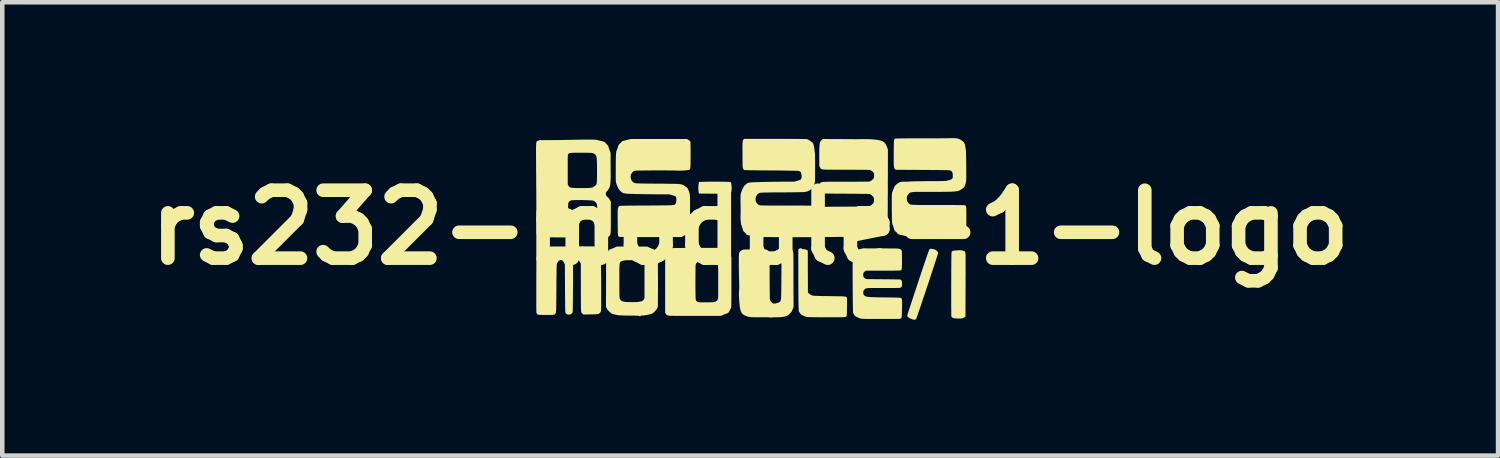
<source format=kicad_pcb>
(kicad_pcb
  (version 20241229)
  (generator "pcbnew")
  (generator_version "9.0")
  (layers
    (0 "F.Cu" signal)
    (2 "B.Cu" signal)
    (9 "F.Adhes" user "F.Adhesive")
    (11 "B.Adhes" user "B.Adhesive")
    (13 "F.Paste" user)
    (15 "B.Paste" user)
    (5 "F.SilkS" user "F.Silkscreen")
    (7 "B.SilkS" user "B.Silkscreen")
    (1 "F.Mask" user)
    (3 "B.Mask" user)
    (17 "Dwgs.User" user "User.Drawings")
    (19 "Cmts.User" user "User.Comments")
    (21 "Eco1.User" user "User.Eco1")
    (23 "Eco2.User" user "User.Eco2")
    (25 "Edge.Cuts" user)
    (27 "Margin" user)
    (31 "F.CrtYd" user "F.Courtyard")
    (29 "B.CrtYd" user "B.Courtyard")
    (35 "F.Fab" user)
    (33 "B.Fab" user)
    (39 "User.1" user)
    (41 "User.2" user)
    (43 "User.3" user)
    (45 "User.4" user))
  (footprint "rs232-module-1-logo"
    (layer "F.Cu")
    (at 13.514 1.972)
    (property "Reference" "rs232-module-1-logo" (at 0 0 0) (layer "F.SilkS") (effects (font (size 1.5 1.5) (thickness 0.3))))
    (attr board_only exclude_from_pos_files exclude_from_bom)
    (fp_poly (pts (xy -0.746 -1.01) (xy -0.691 -1.01) (xy -0.639 -1.009) (xy -0.59 -1.009) (xy -0.545 -1.008) (xy -0.505 -1.007) (xy -0.472 -1.006) (xy -0.447 -1.004) (xy -0.431 -1.003) (xy -0.426 -1.001) (xy -0.422 -0.992) (xy -0.418 -0.973) (xy -0.414 -0.948) (xy -0.411 -0.92) (xy -0.409 -0.891) (xy -0.408 -0.864) (xy -0.408 -0.863) (xy -0.41 -0.832) (xy -0.414 -0.801) (xy -0.421 -0.774) (xy -0.429 -0.756) (xy -0.429 -0.755) (xy -0.437 -0.742) (xy -0.668 -0.744) (xy -0.724 -0.744) (xy -0.781 -0.745) (xy -0.838 -0.745) (xy -0.891 -0.746) (xy -0.94 -0.746) (xy -0.982 -0.747) (xy -1.014 -0.747) (xy -1.129 -0.749) (xy -1.135 -0.764) (xy -1.139 -0.782) (xy -1.142 -0.808) (xy -1.143 -0.838) (xy -1.144 -0.872) (xy -1.143 -0.906) (xy -1.141 -0.938) (xy -1.137 -0.966) (xy -1.133 -0.988) (xy -1.128 -1.001) (xy -1.128 -1.001) (xy -1.121 -1.003) (xy -1.104 -1.005) (xy -1.077 -1.006) (xy -1.044 -1.007) (xy -1.003 -1.008) (xy -0.958 -1.009) (xy -0.908 -1.01) (xy -0.855 -1.01) (xy -0.801 -1.01)) (stroke (width 0) (type solid)) (fill yes) (layer "F.SilkS"))
    (fp_poly (pts (xy 4.012 0.473) (xy 4.052 0.479) (xy 4.083 0.49) (xy 4.109 0.505) (xy 4.126 0.521) (xy 4.142 0.541) (xy 4.149 0.558) (xy 4.15 0.565) (xy 4.148 0.572) (xy 4.143 0.59) (xy 4.135 0.617) (xy 4.124 0.652) (xy 4.11 0.695) (xy 4.094 0.745) (xy 4.076 0.8) (xy 4.056 0.862) (xy 4.034 0.927) (xy 4.012 0.997) (xy 3.988 1.069) (xy 3.963 1.144) (xy 3.938 1.221) (xy 3.912 1.298) (xy 3.886 1.375) (xy 3.861 1.451) (xy 3.836 1.526) (xy 3.811 1.598) (xy 3.788 1.667) (xy 3.766 1.733) (xy 3.745 1.794) (xy 3.726 1.849) (xy 3.709 1.898) (xy 3.695 1.941) (xy 3.682 1.975) (xy 3.673 2.002) (xy 3.667 2.019) (xy 3.663 2.026) (xy 3.663 2.026) (xy 3.645 2.036) (xy 3.62 2.038) (xy 3.588 2.031) (xy 3.578 2.028) (xy 3.536 2.011) (xy 3.506 1.995) (xy 3.485 1.979) (xy 3.473 1.962) (xy 3.47 1.945) (xy 3.472 1.938) (xy 3.477 1.92) (xy 3.485 1.894) (xy 3.496 1.858) (xy 3.51 1.814) (xy 3.527 1.763) (xy 3.546 1.705) (xy 3.567 1.64) (xy 3.59 1.57) (xy 3.615 1.495) (xy 3.641 1.416) (xy 3.668 1.333) (xy 3.697 1.246) (xy 3.708 1.213) (xy 3.743 1.108) (xy 3.774 1.014) (xy 3.803 0.929) (xy 3.828 0.854) (xy 3.85 0.788) (xy 3.87 0.729) (xy 3.887 0.679) (xy 3.902 0.635) (xy 3.915 0.598) (xy 3.926 0.568) (xy 3.935 0.542) (xy 3.943 0.523) (xy 3.949 0.507) (xy 3.954 0.496) (xy 3.957 0.488) (xy 3.96 0.484) (xy 3.962 0.483) (xy 3.971 0.475) (xy 3.981 0.472) (xy 3.995 0.471)) (stroke (width 0) (type solid)) (fill yes) (layer "F.SilkS"))
    (fp_poly (pts (xy 4.662 0.504) (xy 4.677 0.505) (xy 4.682 0.507) (xy 4.692 0.512) (xy 4.708 0.518) (xy 4.716 0.521) (xy 4.722 0.523) (xy 4.728 0.525) (xy 4.733 0.526) (xy 4.738 0.528) (xy 4.742 0.532) (xy 4.745 0.537) (xy 4.748 0.545) (xy 4.751 0.556) (xy 4.753 0.57) (xy 4.755 0.589) (xy 4.756 0.612) (xy 4.757 0.641) (xy 4.758 0.676) (xy 4.758 0.717) (xy 4.758 0.765) (xy 4.758 0.822) (xy 4.758 0.886) (xy 4.758 0.959) (xy 4.758 1.042) (xy 4.757 1.135) (xy 4.757 1.238) (xy 4.757 1.266) (xy 4.754 1.968) (xy 4.738 1.982) (xy 4.724 1.991) (xy 4.71 1.996) (xy 4.709 1.996) (xy 4.696 1.999) (xy 4.689 2.004) (xy 4.683 2.008) (xy 4.673 2.01) (xy 4.656 2.012) (xy 4.63 2.012) (xy 4.616 2.012) (xy 4.586 2.011) (xy 4.556 2.01) (xy 4.531 2.008) (xy 4.517 2.007) (xy 4.484 1.999) (xy 4.46 1.988) (xy 4.445 1.974) (xy 4.445 1.973) (xy 4.444 1.967) (xy 4.443 1.953) (xy 4.442 1.931) (xy 4.442 1.9) (xy 4.441 1.861) (xy 4.441 1.812) (xy 4.44 1.754) (xy 4.44 1.686) (xy 4.44 1.609) (xy 4.44 1.52) (xy 4.44 1.422) (xy 4.44 1.312) (xy 4.44 1.253) (xy 4.441 1.149) (xy 4.441 1.056) (xy 4.441 0.972) (xy 4.441 0.898) (xy 4.442 0.834) (xy 4.442 0.777) (xy 4.442 0.728) (xy 4.443 0.687) (xy 4.443 0.652) (xy 4.444 0.623) (xy 4.444 0.599) (xy 4.445 0.581) (xy 4.446 0.566) (xy 4.447 0.555) (xy 4.448 0.547) (xy 4.449 0.541) (xy 4.45 0.538) (xy 4.452 0.535) (xy 4.453 0.534) (xy 4.465 0.524) (xy 4.483 0.516) (xy 4.487 0.515) (xy 4.503 0.512) (xy 4.525 0.51) (xy 4.553 0.507) (xy 4.582 0.505) (xy 4.612 0.504) (xy 4.639 0.504)) (stroke (width 0) (type solid)) (fill yes) (layer "F.SilkS"))
    (fp_poly (pts (xy 1.135 0.463) (xy 1.14 0.469) (xy 1.148 0.477) (xy 1.155 0.478) (xy 1.168 0.477) (xy 1.187 0.479) (xy 1.21 0.484) (xy 1.232 0.49) (xy 1.25 0.497) (xy 1.258 0.502) (xy 1.273 0.515) (xy 1.274 0.976) (xy 1.276 1.437) (xy 1.303 1.462) (xy 1.325 1.48) (xy 1.346 1.493) (xy 1.37 1.502) (xy 1.398 1.507) (xy 1.41 1.509) (xy 1.433 1.51) (xy 1.464 1.511) (xy 1.503 1.512) (xy 1.548 1.514) (xy 1.598 1.515) (xy 1.653 1.516) (xy 1.709 1.516) (xy 1.712 1.516) (xy 1.77 1.517) (xy 1.826 1.518) (xy 1.88 1.519) (xy 1.929 1.52) (xy 1.972 1.52) (xy 2.008 1.521) (xy 2.036 1.522) (xy 2.053 1.523) (xy 2.081 1.525) (xy 2.099 1.527) (xy 2.112 1.53) (xy 2.12 1.534) (xy 2.127 1.54) (xy 2.127 1.54) (xy 2.14 1.555) (xy 2.139 1.743) (xy 2.138 1.798) (xy 2.137 1.846) (xy 2.136 1.886) (xy 2.135 1.917) (xy 2.133 1.939) (xy 2.131 1.949) (xy 2.129 1.956) (xy 2.127 1.962) (xy 2.123 1.966) (xy 2.118 1.97) (xy 2.111 1.974) (xy 2.1 1.977) (xy 2.085 1.979) (xy 2.066 1.981) (xy 2.04 1.982) (xy 2.009 1.983) (xy 1.97 1.983) (xy 1.924 1.984) (xy 1.869 1.984) (xy 1.804 1.984) (xy 1.729 1.984) (xy 1.685 1.984) (xy 1.618 1.984) (xy 1.554 1.983) (xy 1.493 1.983) (xy 1.437 1.982) (xy 1.387 1.982) (xy 1.343 1.981) (xy 1.308 1.98) (xy 1.28 1.98) (xy 1.263 1.979) (xy 1.257 1.978) (xy 1.235 1.973) (xy 1.214 1.966) (xy 1.209 1.963) (xy 1.191 1.955) (xy 1.168 1.946) (xy 1.158 1.942) (xy 1.143 1.937) (xy 1.131 1.929) (xy 1.121 1.919) (xy 1.108 1.902) (xy 1.101 1.892) (xy 1.074 1.851) (xy 1.07 1.769) (xy 1.069 1.752) (xy 1.068 1.724) (xy 1.068 1.687) (xy 1.067 1.641) (xy 1.066 1.588) (xy 1.066 1.527) (xy 1.065 1.461) (xy 1.065 1.389) (xy 1.065 1.313) (xy 1.064 1.233) (xy 1.064 1.151) (xy 1.064 1.087) (xy 1.063 0.488) (xy 1.075 0.476) (xy 1.088 0.467) (xy 1.106 0.462) (xy 1.11 0.461) (xy 1.126 0.46)) (stroke (width 0) (type solid)) (fill yes) (layer "F.SilkS"))
    (fp_poly (pts (xy -0.601 0.471) (xy -0.578 0.482) (xy -0.555 0.492) (xy -0.538 0.498) (xy -0.536 0.499) (xy -0.514 0.506) (xy -0.497 0.513) (xy -0.484 0.521) (xy -0.473 0.532) (xy -0.463 0.549) (xy -0.451 0.571) (xy -0.437 0.602) (xy -0.431 0.615) (xy -0.414 0.654) (xy -0.414 1.206) (xy -0.414 1.299) (xy -0.414 1.382) (xy -0.414 1.454) (xy -0.414 1.517) (xy -0.415 1.571) (xy -0.415 1.617) (xy -0.415 1.656) (xy -0.416 1.688) (xy -0.416 1.713) (xy -0.417 1.734) (xy -0.418 1.749) (xy -0.419 1.76) (xy -0.42 1.768) (xy -0.422 1.773) (xy -0.422 1.774) (xy -0.428 1.786) (xy -0.437 1.805) (xy -0.448 1.827) (xy -0.45 1.832) (xy -0.463 1.858) (xy -0.475 1.876) (xy -0.491 1.889) (xy -0.512 1.898) (xy -0.53 1.905) (xy -0.553 1.913) (xy -0.58 1.924) (xy -0.604 1.934) (xy -0.644 1.953) (xy -1.208 1.953) (xy -1.288 1.953) (xy -1.364 1.953) (xy -1.437 1.953) (xy -1.506 1.953) (xy -1.569 1.952) (xy -1.626 1.952) (xy -1.677 1.952) (xy -1.719 1.951) (xy -1.753 1.951) (xy -1.778 1.95) (xy -1.793 1.95) (xy -1.796 1.949) (xy -1.826 1.941) (xy -1.848 1.927) (xy -1.863 1.907) (xy -1.865 1.903) (xy -1.877 1.878) (xy -1.877 1.203) (xy -1.877 1.18) (xy -1.208 1.18) (xy -1.208 1.209) (xy -1.208 1.286) (xy -1.208 1.352) (xy -1.207 1.408) (xy -1.207 1.456) (xy -1.206 1.495) (xy -1.206 1.528) (xy -1.204 1.554) (xy -1.203 1.574) (xy -1.201 1.59) (xy -1.199 1.601) (xy -1.196 1.61) (xy -1.192 1.617) (xy -1.188 1.622) (xy -1.184 1.626) (xy -1.181 1.628) (xy -1.172 1.636) (xy -1.164 1.642) (xy -1.154 1.646) (xy -1.142 1.65) (xy -1.127 1.652) (xy -1.106 1.654) (xy -1.079 1.654) (xy -1.045 1.655) (xy -1.001 1.654) (xy -0.97 1.654) (xy -0.921 1.654) (xy -0.883 1.653) (xy -0.854 1.653) (xy -0.831 1.652) (xy -0.814 1.65) (xy -0.8 1.649) (xy -0.79 1.646) (xy -0.78 1.643) (xy -0.77 1.639) (xy -0.768 1.639) (xy -0.749 1.629) (xy -0.736 1.62) (xy -0.727 1.608) (xy -0.72 1.596) (xy -0.706 1.568) (xy -0.706 1.205) (xy -0.706 1.132) (xy -0.706 1.069) (xy -0.706 1.016) (xy -0.706 0.972) (xy -0.706 0.935) (xy -0.707 0.906) (xy -0.708 0.882) (xy -0.708 0.864) (xy -0.709 0.85) (xy -0.711 0.839) (xy -0.712 0.831) (xy -0.714 0.825) (xy -0.716 0.82) (xy -0.718 0.815) (xy -0.727 0.8) (xy -0.738 0.787) (xy -0.752 0.777) (xy -0.771 0.769) (xy -0.795 0.763) (xy -0.825 0.759) (xy -0.864 0.756) (xy -0.911 0.755) (xy -0.968 0.755) (xy -0.996 0.755) (xy -1.15 0.757) (xy -1.172 0.774) (xy -1.189 0.792) (xy -1.2 0.812) (xy -1.201 0.814) (xy -1.202 0.821) (xy -1.204 0.833) (xy -1.205 0.85) (xy -1.206 0.873) (xy -1.206 0.903) (xy -1.207 0.94) (xy -1.207 0.986) (xy -1.208 1.041) (xy -1.208 1.105) (xy -1.208 1.18) (xy -1.877 1.18) (xy -1.877 1.099) (xy -1.877 1.007) (xy -1.877 0.924) (xy -1.877 0.851) (xy -1.877 0.787) (xy -1.876 0.731) (xy -1.876 0.683) (xy -1.875 0.642) (xy -1.875 0.607) (xy -1.874 0.579) (xy -1.873 0.555) (xy -1.871 0.536) (xy -1.87 0.521) (xy -1.868 0.51) (xy -1.865 0.501) (xy -1.863 0.495) (xy -1.859 0.49) (xy -1.856 0.486) (xy -1.852 0.482) (xy -1.848 0.478) (xy -1.848 0.478) (xy -1.833 0.467) (xy -1.819 0.46) (xy -1.811 0.459) (xy -1.792 0.458) (xy -1.763 0.457) (xy -1.724 0.456) (xy -1.676 0.455) (xy -1.619 0.454) (xy -1.555 0.454) (xy -1.484 0.453) (xy -1.405 0.452) (xy -1.321 0.452) (xy -1.231 0.452) (xy -1.136 0.451) (xy -1.037 0.451) (xy -0.934 0.451) (xy -0.845 0.451) (xy -0.644 0.451)) (stroke (width 0) (type solid)) (fill yes) (layer "F.SilkS"))
    (fp_poly (pts (xy -2.608 0.423) (xy -2.271 0.423) (xy -2.228 0.443) (xy -2.202 0.455) (xy -2.173 0.467) (xy -2.148 0.476) (xy -2.147 0.476) (xy -2.122 0.486) (xy -2.106 0.496) (xy -2.096 0.507) (xy -2.086 0.523) (xy -2.074 0.545) (xy -2.064 0.569) (xy -2.055 0.592) (xy -2.048 0.61) (xy -2.047 0.621) (xy -2.045 0.633) (xy -2.041 0.638) (xy -2.04 0.644) (xy -2.04 0.66) (xy -2.039 0.686) (xy -2.038 0.72) (xy -2.038 0.762) (xy -2.037 0.811) (xy -2.037 0.865) (xy -2.036 0.924) (xy -2.036 0.987) (xy -2.036 1.053) (xy -2.035 1.12) (xy -2.035 1.189) (xy -2.035 1.258) (xy -2.035 1.326) (xy -2.035 1.392) (xy -2.036 1.456) (xy -2.036 1.516) (xy -2.036 1.572) (xy -2.036 1.622) (xy -2.037 1.665) (xy -2.037 1.702) (xy -2.038 1.73) (xy -2.039 1.748) (xy -2.04 1.757) (xy -2.04 1.758) (xy -2.044 1.762) (xy -2.05 1.775) (xy -2.055 1.787) (xy -2.064 1.806) (xy -2.078 1.825) (xy -2.098 1.847) (xy -2.109 1.858) (xy -2.13 1.878) (xy -2.146 1.891) (xy -2.161 1.9) (xy -2.179 1.908) (xy -2.197 1.914) (xy -2.234 1.924) (xy -2.276 1.933) (xy -2.319 1.94) (xy -2.359 1.944) (xy -2.382 1.945) (xy -2.402 1.946) (xy -2.414 1.949) (xy -2.422 1.956) (xy -2.428 1.963) (xy -2.434 1.963) (xy -2.445 1.958) (xy -2.446 1.957) (xy -2.452 1.955) (xy -2.46 1.952) (xy -2.471 1.951) (xy -2.486 1.949) (xy -2.506 1.948) (xy -2.534 1.948) (xy -2.569 1.947) (xy -2.614 1.947) (xy -2.662 1.946) (xy -2.711 1.946) (xy -2.758 1.945) (xy -2.802 1.944) (xy -2.84 1.943) (xy -2.872 1.941) (xy -2.896 1.94) (xy -2.907 1.939) (xy -2.943 1.933) (xy -2.981 1.925) (xy -3.016 1.916) (xy -3.045 1.907) (xy -3.061 1.9) (xy -3.074 1.891) (xy -3.09 1.877) (xy -3.108 1.86) (xy -3.126 1.842) (xy -3.142 1.825) (xy -3.153 1.811) (xy -3.158 1.802) (xy -3.158 1.801) (xy -3.161 1.792) (xy -3.169 1.779) (xy -3.171 1.777) (xy -3.184 1.761) (xy -3.181 1.191) (xy -3.181 1.106) (xy -2.888 1.106) (xy -2.888 1.182) (xy -2.888 1.183) (xy -2.888 1.257) (xy -2.888 1.32) (xy -2.888 1.374) (xy -2.887 1.419) (xy -2.887 1.457) (xy -2.886 1.487) (xy -2.886 1.511) (xy -2.885 1.53) (xy -2.884 1.544) (xy -2.882 1.555) (xy -2.881 1.563) (xy -2.879 1.57) (xy -2.878 1.572) (xy -2.864 1.599) (xy -2.843 1.619) (xy -2.814 1.633) (xy -2.777 1.642) (xy -2.761 1.644) (xy -2.737 1.646) (xy -2.707 1.647) (xy -2.671 1.648) (xy -2.632 1.649) (xy -2.593 1.649) (xy -2.555 1.649) (xy -2.52 1.648) (xy -2.492 1.647) (xy -2.471 1.645) (xy -2.462 1.644) (xy -2.442 1.639) (xy -2.422 1.636) (xy -2.417 1.636) (xy -2.39 1.628) (xy -2.366 1.611) (xy -2.347 1.589) (xy -2.346 1.586) (xy -2.333 1.562) (xy -2.333 1.182) (xy -2.333 0.802) (xy -2.346 0.779) (xy -2.358 0.762) (xy -2.374 0.749) (xy -2.386 0.744) (xy -2.404 0.737) (xy -2.418 0.734) (xy -2.423 0.735) (xy -2.434 0.735) (xy -2.443 0.732) (xy -2.453 0.73) (xy -2.472 0.728) (xy -2.498 0.726) (xy -2.531 0.725) (xy -2.567 0.724) (xy -2.605 0.723) (xy -2.644 0.723) (xy -2.68 0.723) (xy -2.714 0.723) (xy -2.741 0.725) (xy -2.762 0.726) (xy -2.762 0.726) (xy -2.8 0.733) (xy -2.831 0.743) (xy -2.854 0.755) (xy -2.864 0.763) (xy -2.869 0.769) (xy -2.873 0.775) (xy -2.876 0.783) (xy -2.879 0.792) (xy -2.882 0.804) (xy -2.884 0.82) (xy -2.885 0.841) (xy -2.886 0.866) (xy -2.887 0.899) (xy -2.888 0.938) (xy -2.888 0.985) (xy -2.888 1.041) (xy -2.888 1.106) (xy -3.181 1.106) (xy -3.179 0.622) (xy -3.163 0.585) (xy -3.148 0.553) (xy -3.138 0.53) (xy -3.129 0.514) (xy -3.122 0.503) (xy -3.114 0.496) (xy -3.106 0.49) (xy -3.095 0.485) (xy -3.093 0.484) (xy -3.076 0.477) (xy -3.062 0.472) (xy -3.056 0.471) (xy -3.048 0.468) (xy -3.032 0.462) (xy -3.011 0.453) (xy -2.997 0.446) (xy -2.945 0.422)) (stroke (width 0) (type solid)) (fill yes) (layer "F.SilkS"))
    (fp_poly (pts (xy -3.82 0.417) (xy -3.776 0.418) (xy -3.728 0.418) (xy -3.678 0.418) (xy -3.669 0.418) (xy -3.446 0.419) (xy -3.415 0.434) (xy -3.387 0.45) (xy -3.363 0.468) (xy -3.345 0.489) (xy -3.33 0.515) (xy -3.319 0.547) (xy -3.31 0.586) (xy -3.303 0.635) (xy -3.299 0.669) (xy -3.298 0.689) (xy -3.297 0.72) (xy -3.295 0.761) (xy -3.294 0.811) (xy -3.293 0.869) (xy -3.292 0.935) (xy -3.292 1.007) (xy -3.291 1.086) (xy -3.29 1.154) (xy -3.29 1.257) (xy -3.289 1.349) (xy -3.289 1.431) (xy -3.289 1.504) (xy -3.289 1.567) (xy -3.289 1.623) (xy -3.289 1.67) (xy -3.289 1.711) (xy -3.289 1.745) (xy -3.29 1.773) (xy -3.291 1.796) (xy -3.292 1.814) (xy -3.293 1.829) (xy -3.294 1.839) (xy -3.295 1.847) (xy -3.297 1.853) (xy -3.298 1.857) (xy -3.315 1.884) (xy -3.333 1.902) (xy -3.35 1.911) (xy -3.362 1.913) (xy -3.384 1.915) (xy -3.414 1.917) (xy -3.452 1.919) (xy -3.495 1.92) (xy -3.524 1.92) (xy -3.677 1.923) (xy -3.696 1.91) (xy -3.712 1.896) (xy -3.725 1.881) (xy -3.726 1.879) (xy -3.728 1.875) (xy -3.73 1.871) (xy -3.731 1.865) (xy -3.732 1.856) (xy -3.733 1.845) (xy -3.734 1.83) (xy -3.735 1.81) (xy -3.735 1.785) (xy -3.736 1.754) (xy -3.736 1.717) (xy -3.737 1.673) (xy -3.737 1.62) (xy -3.737 1.559) (xy -3.738 1.489) (xy -3.738 1.409) (xy -3.738 1.331) (xy -3.739 0.802) (xy -3.756 0.769) (xy -3.775 0.74) (xy -3.796 0.721) (xy -3.819 0.714) (xy -3.842 0.717) (xy -3.864 0.732) (xy -3.885 0.757) (xy -3.888 0.762) (xy -3.909 0.797) (xy -3.912 1.332) (xy -3.913 1.427) (xy -3.913 1.511) (xy -3.914 1.584) (xy -3.914 1.648) (xy -3.915 1.703) (xy -3.916 1.749) (xy -3.916 1.787) (xy -3.917 1.818) (xy -3.918 1.842) (xy -3.919 1.86) (xy -3.92 1.872) (xy -3.921 1.879) (xy -3.922 1.881) (xy -3.94 1.902) (xy -3.964 1.917) (xy -3.992 1.925) (xy -4.02 1.925) (xy -4.042 1.918) (xy -4.059 1.907) (xy -4.072 1.893) (xy -4.073 1.892) (xy -4.075 1.889) (xy -4.077 1.886) (xy -4.078 1.881) (xy -4.08 1.875) (xy -4.081 1.866) (xy -4.082 1.854) (xy -4.083 1.838) (xy -4.084 1.817) (xy -4.084 1.791) (xy -4.085 1.759) (xy -4.085 1.72) (xy -4.086 1.673) (xy -4.086 1.619) (xy -4.087 1.556) (xy -4.087 1.483) (xy -4.088 1.4) (xy -4.088 1.345) (xy -4.091 0.814) (xy -4.112 0.776) (xy -4.128 0.75) (xy -4.142 0.733) (xy -4.156 0.724) (xy -4.173 0.72) (xy -4.182 0.72) (xy -4.208 0.725) (xy -4.231 0.742) (xy -4.25 0.768) (xy -4.266 0.804) (xy -4.269 0.814) (xy -4.27 0.822) (xy -4.271 0.839) (xy -4.272 0.864) (xy -4.273 0.898) (xy -4.274 0.941) (xy -4.275 0.994) (xy -4.276 1.056) (xy -4.277 1.128) (xy -4.278 1.212) (xy -4.278 1.306) (xy -4.278 1.341) (xy -4.279 1.431) (xy -4.279 1.51) (xy -4.28 1.579) (xy -4.281 1.638) (xy -4.281 1.69) (xy -4.282 1.733) (xy -4.283 1.769) (xy -4.283 1.799) (xy -4.284 1.823) (xy -4.285 1.841) (xy -4.287 1.856) (xy -4.288 1.866) (xy -4.289 1.874) (xy -4.29 1.875) (xy -4.298 1.899) (xy -4.307 1.914) (xy -4.321 1.923) (xy -4.343 1.928) (xy -4.361 1.93) (xy -4.382 1.931) (xy -4.411 1.932) (xy -4.446 1.932) (xy -4.483 1.932) (xy -4.523 1.932) (xy -4.561 1.932) (xy -4.598 1.931) (xy -4.63 1.931) (xy -4.655 1.93) (xy -4.672 1.928) (xy -4.677 1.927) (xy -4.699 1.918) (xy -4.713 1.9) (xy -4.72 1.875) (xy -4.721 1.866) (xy -4.721 1.847) (xy -4.721 1.817) (xy -4.722 1.779) (xy -4.722 1.733) (xy -4.722 1.679) (xy -4.722 1.619) (xy -4.722 1.553) (xy -4.722 1.481) (xy -4.722 1.406) (xy -4.722 1.327) (xy -4.722 1.264) (xy -4.72 0.678) (xy -4.698 0.599) (xy -4.686 0.556) (xy -4.676 0.524) (xy -4.665 0.499) (xy -4.653 0.48) (xy -4.64 0.465) (xy -4.623 0.453) (xy -4.602 0.442) (xy -4.599 0.441) (xy -4.562 0.424) (xy -4.411 0.422) (xy -4.365 0.421) (xy -4.315 0.42) (xy -4.267 0.42) (xy -4.222 0.42) (xy -4.184 0.42) (xy -4.167 0.42) (xy -4.134 0.42) (xy -4.104 0.42) (xy -4.078 0.42) (xy -4.06 0.42) (xy -4.054 0.419) (xy -4.037 0.418) (xy -4.015 0.418) (xy -3.997 0.418) (xy -3.97 0.418) (xy -3.942 0.418) (xy -3.926 0.418) (xy -3.913 0.418) (xy -3.89 0.417) (xy -3.858 0.417)) (stroke (width 0) (type solid)) (fill yes) (layer "F.SilkS"))
    (fp_poly (pts (xy 0.857 0.48) (xy 0.876 0.483) (xy 0.893 0.488) (xy 0.904 0.493) (xy 0.922 0.504) (xy 0.938 0.517) (xy 0.944 0.523) (xy 0.946 0.526) (xy 0.947 0.529) (xy 0.949 0.534) (xy 0.95 0.54) (xy 0.951 0.549) (xy 0.952 0.561) (xy 0.953 0.576) (xy 0.954 0.596) (xy 0.954 0.622) (xy 0.955 0.653) (xy 0.955 0.691) (xy 0.955 0.735) (xy 0.956 0.788) (xy 0.956 0.85) (xy 0.956 0.92) (xy 0.956 1.001) (xy 0.956 1.092) (xy 0.956 1.105) (xy 0.957 1.185) (xy 0.957 1.262) (xy 0.957 1.337) (xy 0.957 1.407) (xy 0.957 1.472) (xy 0.958 1.531) (xy 0.958 1.584) (xy 0.958 1.629) (xy 0.958 1.666) (xy 0.959 1.693) (xy 0.959 1.71) (xy 0.959 1.715) (xy 0.959 1.739) (xy 0.957 1.756) (xy 0.953 1.773) (xy 0.945 1.793) (xy 0.939 1.804) (xy 0.93 1.824) (xy 0.923 1.841) (xy 0.919 1.852) (xy 0.918 1.853) (xy 0.915 1.86) (xy 0.905 1.872) (xy 0.89 1.888) (xy 0.877 1.902) (xy 0.858 1.921) (xy 0.843 1.934) (xy 0.829 1.944) (xy 0.813 1.951) (xy 0.791 1.958) (xy 0.791 1.958) (xy 0.739 1.972) (xy 0.687 1.98) (xy 0.63 1.984) (xy 0.596 1.984) (xy 0.564 1.984) (xy 0.532 1.985) (xy 0.503 1.986) (xy 0.488 1.987) (xy 0.467 1.989) (xy 0.45 1.989) (xy 0.441 1.987) (xy 0.441 1.987) (xy 0.434 1.986) (xy 0.418 1.985) (xy 0.392 1.984) (xy 0.36 1.984) (xy 0.321 1.983) (xy 0.277 1.983) (xy 0.229 1.983) (xy 0.229 1.984) (xy 0.169 1.984) (xy 0.119 1.984) (xy 0.078 1.983) (xy 0.043 1.982) (xy 0.015 1.981) (xy -0.009 1.978) (xy -0.03 1.975) (xy -0.049 1.97) (xy -0.067 1.964) (xy -0.086 1.957) (xy -0.093 1.955) (xy -0.137 1.934) (xy -0.17 1.907) (xy -0.195 1.874) (xy -0.21 1.839) (xy -0.218 1.806) (xy -0.226 1.768) (xy -0.232 1.723) (xy -0.237 1.67) (xy -0.242 1.607) (xy -0.244 1.563) (xy -0.247 1.512) (xy -0.248 1.47) (xy -0.247 1.436) (xy -0.246 1.409) (xy -0.244 1.393) (xy -0.243 1.375) (xy -0.242 1.352) (xy -0.241 1.321) (xy -0.241 1.282) (xy -0.242 1.234) (xy -0.243 1.177) (xy -0.245 1.125) (xy -0.246 1.067) (xy -0.248 1.005) (xy -0.249 0.94) (xy -0.25 0.877) (xy -0.25 0.818) (xy -0.25 0.766) (xy -0.25 0.738) (xy -0.25 0.687) (xy -0.249 0.647) (xy -0.248 0.614) (xy -0.247 0.59) (xy -0.244 0.571) (xy -0.24 0.556) (xy -0.234 0.545) (xy -0.227 0.536) (xy -0.217 0.527) (xy -0.205 0.517) (xy -0.204 0.516) (xy -0.182 0.501) (xy -0.161 0.493) (xy -0.143 0.489) (xy -0.13 0.488) (xy -0.108 0.487) (xy -0.076 0.487) (xy -0.038 0.486) (xy 0.006 0.485) (xy 0.054 0.485) (xy 0.105 0.485) (xy 0.119 0.485) (xy 0.349 0.485) (xy 0.377 0.5) (xy 0.395 0.511) (xy 0.411 0.524) (xy 0.417 0.531) (xy 0.419 0.534) (xy 0.421 0.538) (xy 0.422 0.543) (xy 0.424 0.549) (xy 0.425 0.559) (xy 0.426 0.571) (xy 0.427 0.588) (xy 0.427 0.609) (xy 0.428 0.636) (xy 0.428 0.669) (xy 0.429 0.709) (xy 0.429 0.756) (xy 0.429 0.812) (xy 0.43 0.876) (xy 0.43 0.951) (xy 0.43 1.035) (xy 0.43 1.062) (xy 0.43 1.138) (xy 0.431 1.211) (xy 0.431 1.279) (xy 0.432 1.344) (xy 0.432 1.402) (xy 0.433 1.455) (xy 0.434 1.5) (xy 0.434 1.538) (xy 0.435 1.566) (xy 0.436 1.585) (xy 0.437 1.593) (xy 0.437 1.593) (xy 0.449 1.622) (xy 0.468 1.648) (xy 0.491 1.669) (xy 0.514 1.681) (xy 0.53 1.682) (xy 0.552 1.68) (xy 0.578 1.674) (xy 0.605 1.667) (xy 0.629 1.659) (xy 0.646 1.65) (xy 0.646 1.649) (xy 0.655 1.643) (xy 0.662 1.637) (xy 0.667 1.629) (xy 0.672 1.619) (xy 0.676 1.607) (xy 0.679 1.59) (xy 0.682 1.569) (xy 0.684 1.542) (xy 0.685 1.508) (xy 0.686 1.467) (xy 0.687 1.417) (xy 0.688 1.358) (xy 0.688 1.288) (xy 0.688 1.287) (xy 0.689 1.221) (xy 0.689 1.15) (xy 0.69 1.076) (xy 0.69 1.003) (xy 0.691 0.932) (xy 0.691 0.866) (xy 0.691 0.808) (xy 0.691 0.781) (xy 0.691 0.722) (xy 0.691 0.673) (xy 0.692 0.634) (xy 0.693 0.602) (xy 0.694 0.577) (xy 0.697 0.558) (xy 0.7 0.544) (xy 0.704 0.533) (xy 0.709 0.525) (xy 0.715 0.517) (xy 0.723 0.51) (xy 0.725 0.509) (xy 0.748 0.494) (xy 0.775 0.484) (xy 0.809 0.48) (xy 0.831 0.479)) (stroke (width 0) (type solid)) (fill yes) (layer "F.SilkS"))
    (fp_poly (pts (xy 2.88 0.463) (xy 2.956 0.463) (xy 3.022 0.463) (xy 3.078 0.464) (xy 3.126 0.464) (xy 3.165 0.464) (xy 3.197 0.465) (xy 3.223 0.465) (xy 3.244 0.466) (xy 3.26 0.467) (xy 3.273 0.469) (xy 3.283 0.47) (xy 3.291 0.472) (xy 3.297 0.474) (xy 3.299 0.474) (xy 3.313 0.479) (xy 3.323 0.483) (xy 3.332 0.489) (xy 3.339 0.496) (xy 3.344 0.507) (xy 3.347 0.522) (xy 3.35 0.543) (xy 3.351 0.571) (xy 3.352 0.606) (xy 3.352 0.651) (xy 3.353 0.706) (xy 3.353 0.706) (xy 3.353 0.763) (xy 3.353 0.81) (xy 3.352 0.848) (xy 3.351 0.878) (xy 3.349 0.901) (xy 3.346 0.918) (xy 3.343 0.93) (xy 3.338 0.938) (xy 3.332 0.944) (xy 3.326 0.948) (xy 3.32 0.949) (xy 3.306 0.95) (xy 3.285 0.952) (xy 3.255 0.952) (xy 3.217 0.953) (xy 3.17 0.954) (xy 3.112 0.954) (xy 3.045 0.955) (xy 2.967 0.955) (xy 2.937 0.955) (xy 2.56 0.955) (xy 2.537 0.968) (xy 2.514 0.986) (xy 2.5 1.01) (xy 2.495 1.043) (xy 2.495 1.047) (xy 2.499 1.079) (xy 2.512 1.104) (xy 2.534 1.123) (xy 2.542 1.128) (xy 2.569 1.141) (xy 2.933 1.144) (xy 2.997 1.144) (xy 3.057 1.145) (xy 3.114 1.146) (xy 3.166 1.146) (xy 3.211 1.147) (xy 3.249 1.148) (xy 3.28 1.149) (xy 3.301 1.149) (xy 3.312 1.15) (xy 3.313 1.15) (xy 3.33 1.157) (xy 3.341 1.168) (xy 3.349 1.186) (xy 3.353 1.211) (xy 3.354 1.244) (xy 3.353 1.276) (xy 3.35 1.298) (xy 3.344 1.313) (xy 3.334 1.323) (xy 3.319 1.33) (xy 3.31 1.333) (xy 3.299 1.334) (xy 3.277 1.335) (xy 3.243 1.336) (xy 3.2 1.337) (xy 3.145 1.337) (xy 3.08 1.338) (xy 3.005 1.338) (xy 2.932 1.338) (xy 2.858 1.337) (xy 2.795 1.337) (xy 2.741 1.337) (xy 2.695 1.337) (xy 2.658 1.338) (xy 2.628 1.339) (xy 2.603 1.34) (xy 2.584 1.342) (xy 2.569 1.344) (xy 2.558 1.347) (xy 2.549 1.351) (xy 2.541 1.355) (xy 2.535 1.361) (xy 2.528 1.367) (xy 2.522 1.373) (xy 2.507 1.391) (xy 2.499 1.413) (xy 2.498 1.419) (xy 2.497 1.453) (xy 2.506 1.482) (xy 2.524 1.505) (xy 2.552 1.522) (xy 2.563 1.526) (xy 2.577 1.529) (xy 2.594 1.532) (xy 2.615 1.534) (xy 2.642 1.537) (xy 2.675 1.539) (xy 2.715 1.54) (xy 2.762 1.541) (xy 2.818 1.543) (xy 2.884 1.544) (xy 2.959 1.545) (xy 2.987 1.545) (xy 3.06 1.546) (xy 3.121 1.547) (xy 3.173 1.548) (xy 3.216 1.548) (xy 3.251 1.549) (xy 3.278 1.551) (xy 3.298 1.552) (xy 3.313 1.553) (xy 3.322 1.555) (xy 3.326 1.556) (xy 3.334 1.56) (xy 3.341 1.565) (xy 3.346 1.573) (xy 3.35 1.583) (xy 3.353 1.598) (xy 3.354 1.619) (xy 3.355 1.647) (xy 3.355 1.682) (xy 3.355 1.726) (xy 3.354 1.78) (xy 3.353 1.791) (xy 3.352 1.836) (xy 3.351 1.878) (xy 3.35 1.915) (xy 3.348 1.946) (xy 3.347 1.97) (xy 3.345 1.985) (xy 3.345 1.988) (xy 3.337 2) (xy 3.324 2.011) (xy 3.321 2.013) (xy 3.316 2.015) (xy 3.309 2.016) (xy 3.299 2.017) (xy 3.286 2.018) (xy 3.268 2.019) (xy 3.245 2.02) (xy 3.216 2.02) (xy 3.18 2.021) (xy 3.136 2.021) (xy 3.083 2.021) (xy 3.02 2.021) (xy 2.948 2.021) (xy 2.931 2.021) (xy 2.865 2.021) (xy 2.801 2.021) (xy 2.739 2.021) (xy 2.682 2.02) (xy 2.63 2.02) (xy 2.585 2.02) (xy 2.547 2.019) (xy 2.518 2.019) (xy 2.498 2.018) (xy 2.495 2.018) (xy 2.465 2.016) (xy 2.442 2.012) (xy 2.423 2.007) (xy 2.403 2) (xy 2.395 1.996) (xy 2.365 1.982) (xy 2.343 1.972) (xy 2.328 1.964) (xy 2.319 1.957) (xy 2.313 1.952) (xy 2.311 1.948) (xy 2.303 1.935) (xy 2.293 1.92) (xy 2.292 1.918) (xy 2.282 1.902) (xy 2.274 1.885) (xy 2.273 1.884) (xy 2.272 1.876) (xy 2.271 1.857) (xy 2.27 1.829) (xy 2.269 1.793) (xy 2.269 1.748) (xy 2.268 1.697) (xy 2.267 1.64) (xy 2.266 1.578) (xy 2.266 1.512) (xy 2.265 1.442) (xy 2.265 1.371) (xy 2.264 1.298) (xy 2.264 1.225) (xy 2.263 1.152) (xy 2.263 1.08) (xy 2.263 1.011) (xy 2.263 0.945) (xy 2.263 0.883) (xy 2.263 0.826) (xy 2.264 0.775) (xy 2.264 0.731) (xy 2.265 0.694) (xy 2.265 0.666) (xy 2.266 0.648) (xy 2.267 0.643) (xy 2.27 0.617) (xy 2.275 0.598) (xy 2.283 0.581) (xy 2.295 0.563) (xy 2.314 0.537) (xy 2.331 0.519) (xy 2.35 0.505) (xy 2.373 0.494) (xy 2.404 0.484) (xy 2.426 0.478) (xy 2.492 0.462)) (stroke (width 0) (type solid)) (fill yes) (layer "F.SilkS"))
    (fp_poly (pts (xy 1.852 -1.951) (xy 1.97 -1.951) (xy 2.081 -1.95) (xy 2.184 -1.95) (xy 2.279 -1.949) (xy 2.364 -1.949) (xy 2.44 -1.949) (xy 2.506 -1.95) (xy 2.545 -1.95) (xy 2.609 -1.949) (xy 2.672 -1.947) (xy 2.732 -1.942) (xy 2.787 -1.936) (xy 2.837 -1.928) (xy 2.88 -1.919) (xy 2.913 -1.908) (xy 2.924 -1.904) (xy 2.954 -1.884) (xy 2.98 -1.856) (xy 3.003 -1.817) (xy 3.02 -1.779) (xy 3.042 -1.721) (xy 3.041 -1.1) (xy 3.04 -1.011) (xy 3.04 -0.922) (xy 3.04 -0.834) (xy 3.04 -0.747) (xy 3.039 -0.663) (xy 3.039 -0.582) (xy 3.039 -0.507) (xy 3.038 -0.438) (xy 3.038 -0.376) (xy 3.038 -0.323) (xy 3.037 -0.278) (xy 3.037 -0.255) (xy 3.036 -0.199) (xy 3.036 -0.153) (xy 3.035 -0.115) (xy 3.034 -0.085) (xy 3.033 -0.062) (xy 3.032 -0.043) (xy 3.031 -0.028) (xy 3.029 -0.015) (xy 3.026 -0.003) (xy 3.023 0.009) (xy 3.019 0.02) (xy 3.011 0.045) (xy 3.001 0.069) (xy 2.992 0.087) (xy 2.99 0.092) (xy 2.971 0.113) (xy 2.945 0.133) (xy 2.916 0.149) (xy 2.904 0.154) (xy 2.889 0.159) (xy 2.867 0.167) (xy 2.843 0.177) (xy 2.836 0.18) (xy 2.821 0.185) (xy 2.806 0.19) (xy 2.79 0.195) (xy 2.772 0.198) (xy 2.75 0.201) (xy 2.725 0.204) (xy 2.695 0.206) (xy 2.66 0.207) (xy 2.618 0.208) (xy 2.568 0.209) (xy 2.51 0.209) (xy 2.443 0.21) (xy 2.366 0.21) (xy 2.342 0.21) (xy 2.274 0.21) (xy 2.203 0.21) (xy 2.131 0.21) (xy 2.06 0.21) (xy 1.991 0.21) (xy 1.928 0.21) (xy 1.871 0.211) (xy 1.824 0.211) (xy 1.819 0.211) (xy 1.771 0.211) (xy 1.726 0.211) (xy 1.685 0.211) (xy 1.649 0.211) (xy 1.62 0.21) (xy 1.6 0.209) (xy 1.591 0.209) (xy 1.562 0.201) (xy 1.541 0.188) (xy 1.527 0.169) (xy 1.524 0.164) (xy 1.522 0.157) (xy 1.521 0.149) (xy 1.52 0.137) (xy 1.519 0.12) (xy 1.518 0.098) (xy 1.517 0.07) (xy 1.517 0.035) (xy 1.517 -0.009) (xy 1.517 -0.063) (xy 1.517 -0.123) (xy 1.517 -0.186) (xy 1.517 -0.238) (xy 1.517 -0.281) (xy 1.517 -0.316) (xy 1.518 -0.343) (xy 1.518 -0.364) (xy 1.519 -0.38) (xy 1.52 -0.391) (xy 1.522 -0.399) (xy 1.524 -0.405) (xy 1.526 -0.409) (xy 1.528 -0.412) (xy 1.54 -0.424) (xy 1.558 -0.437) (xy 1.566 -0.441) (xy 1.574 -0.445) (xy 1.582 -0.448) (xy 1.592 -0.45) (xy 1.605 -0.452) (xy 1.622 -0.454) (xy 1.646 -0.455) (xy 1.676 -0.455) (xy 1.716 -0.456) (xy 1.75 -0.457) (xy 1.787 -0.457) (xy 1.833 -0.458) (xy 1.887 -0.458) (xy 1.948 -0.458) (xy 2.012 -0.459) (xy 2.079 -0.459) (xy 2.146 -0.459) (xy 2.213 -0.46) (xy 2.231 -0.46) (xy 2.308 -0.46) (xy 2.375 -0.46) (xy 2.432 -0.461) (xy 2.48 -0.461) (xy 2.521 -0.462) (xy 2.554 -0.464) (xy 2.581 -0.465) (xy 2.603 -0.467) (xy 2.621 -0.47) (xy 2.635 -0.473) (xy 2.646 -0.476) (xy 2.656 -0.48) (xy 2.658 -0.481) (xy 2.683 -0.498) (xy 2.707 -0.521) (xy 2.725 -0.545) (xy 2.726 -0.547) (xy 2.732 -0.564) (xy 2.735 -0.588) (xy 2.735 -0.614) (xy 2.733 -0.639) (xy 2.729 -0.659) (xy 2.727 -0.664) (xy 2.716 -0.677) (xy 2.7 -0.694) (xy 2.682 -0.712) (xy 2.663 -0.726) (xy 2.649 -0.736) (xy 2.646 -0.736) (xy 2.638 -0.738) (xy 2.619 -0.739) (xy 2.588 -0.74) (xy 2.548 -0.741) (xy 2.498 -0.741) (xy 2.438 -0.742) (xy 2.369 -0.743) (xy 2.291 -0.744) (xy 2.205 -0.744) (xy 2.11 -0.745) (xy 2.109 -0.745) (xy 2.019 -0.745) (xy 1.938 -0.746) (xy 1.868 -0.746) (xy 1.807 -0.747) (xy 1.755 -0.747) (xy 1.71 -0.748) (xy 1.673 -0.749) (xy 1.642 -0.75) (xy 1.617 -0.752) (xy 1.598 -0.754) (xy 1.582 -0.756) (xy 1.57 -0.759) (xy 1.562 -0.763) (xy 1.556 -0.767) (xy 1.551 -0.773) (xy 1.547 -0.778) (xy 1.544 -0.785) (xy 1.54 -0.793) (xy 1.538 -0.796) (xy 1.53 -0.812) (xy 1.525 -0.827) (xy 1.523 -0.844) (xy 1.522 -0.868) (xy 1.522 -0.873) (xy 1.523 -0.9) (xy 1.525 -0.92) (xy 1.531 -0.938) (xy 1.538 -0.954) (xy 1.542 -0.963) (xy 1.545 -0.971) (xy 1.548 -0.978) (xy 1.552 -0.985) (xy 1.557 -0.99) (xy 1.565 -0.995) (xy 1.575 -0.998) (xy 1.588 -1.001) (xy 1.606 -1.004) (xy 1.629 -1.006) (xy 1.657 -1.007) (xy 1.691 -1.008) (xy 1.732 -1.009) (xy 1.781 -1.009) (xy 1.838 -1.009) (xy 1.904 -1.009) (xy 1.98 -1.009) (xy 2.066 -1.009) (xy 2.099 -1.009) (xy 2.199 -1.009) (xy 2.29 -1.009) (xy 2.37 -1.01) (xy 2.441 -1.01) (xy 2.5 -1.011) (xy 2.549 -1.012) (xy 2.588 -1.012) (xy 2.615 -1.013) (xy 2.631 -1.015) (xy 2.635 -1.015) (xy 2.658 -1.024) (xy 2.683 -1.04) (xy 2.706 -1.059) (xy 2.724 -1.08) (xy 2.731 -1.092) (xy 2.736 -1.111) (xy 2.738 -1.136) (xy 2.738 -1.162) (xy 2.735 -1.185) (xy 2.73 -1.201) (xy 2.717 -1.22) (xy 2.696 -1.24) (xy 2.673 -1.257) (xy 2.665 -1.262) (xy 2.661 -1.264) (xy 2.656 -1.266) (xy 2.65 -1.267) (xy 2.642 -1.268) (xy 2.63 -1.269) (xy 2.615 -1.27) (xy 2.595 -1.271) (xy 2.571 -1.272) (xy 2.54 -1.272) (xy 2.503 -1.272) (xy 2.459 -1.273) (xy 2.407 -1.273) (xy 2.346 -1.273) (xy 2.276 -1.274) (xy 2.196 -1.274) (xy 2.118 -1.274) (xy 2.027 -1.274) (xy 1.947 -1.274) (xy 1.877 -1.274) (xy 1.816 -1.275) (xy 1.764 -1.275) (xy 1.72 -1.275) (xy 1.682 -1.276) (xy 1.652 -1.277) (xy 1.627 -1.279) (xy 1.607 -1.281) (xy 1.591 -1.283) (xy 1.58 -1.286) (xy 1.571 -1.29) (xy 1.564 -1.294) (xy 1.56 -1.299) (xy 1.556 -1.305) (xy 1.552 -1.311) (xy 1.548 -1.319) (xy 1.545 -1.324) (xy 1.528 -1.351) (xy 1.526 -1.539) (xy 1.526 -1.614) (xy 1.526 -1.682) (xy 1.528 -1.741) (xy 1.531 -1.792) (xy 1.534 -1.833) (xy 1.538 -1.864) (xy 1.543 -1.884) (xy 1.545 -1.888) (xy 1.553 -1.9) (xy 1.566 -1.915) (xy 1.578 -1.927) (xy 1.604 -1.953)) (stroke (width 0) (type solid)) (fill yes) (layer "F.SilkS"))
    (fp_poly (pts (xy -1.362 -1.931) (xy -1.344 -1.919) (xy -1.329 -1.907) (xy -1.321 -1.899) (xy -1.321 -1.898) (xy -1.319 -1.89) (xy -1.318 -1.871) (xy -1.317 -1.841) (xy -1.316 -1.801) (xy -1.316 -1.751) (xy -1.315 -1.691) (xy -1.315 -1.623) (xy -1.315 -1.604) (xy -1.315 -1.536) (xy -1.316 -1.479) (xy -1.316 -1.432) (xy -1.317 -1.392) (xy -1.318 -1.361) (xy -1.319 -1.336) (xy -1.321 -1.317) (xy -1.324 -1.303) (xy -1.327 -1.293) (xy -1.332 -1.285) (xy -1.337 -1.28) (xy -1.344 -1.276) (xy -1.35 -1.273) (xy -1.364 -1.268) (xy -1.387 -1.264) (xy -1.418 -1.261) (xy -1.454 -1.258) (xy -1.493 -1.256) (xy -1.534 -1.254) (xy -1.573 -1.254) (xy -1.61 -1.255) (xy -1.616 -1.255) (xy -1.638 -1.256) (xy -1.669 -1.257) (xy -1.708 -1.258) (xy -1.754 -1.258) (xy -1.806 -1.258) (xy -1.862 -1.259) (xy -1.922 -1.259) (xy -1.985 -1.259) (xy -2.049 -1.259) (xy -2.114 -1.259) (xy -2.177 -1.259) (xy -2.239 -1.258) (xy -2.298 -1.258) (xy -2.354 -1.257) (xy -2.404 -1.257) (xy -2.448 -1.256) (xy -2.484 -1.256) (xy -2.513 -1.255) (xy -2.532 -1.254) (xy -2.54 -1.253) (xy -2.558 -1.249) (xy -2.572 -1.243) (xy -2.585 -1.232) (xy -2.598 -1.218) (xy -2.619 -1.191) (xy -2.632 -1.166) (xy -2.638 -1.138) (xy -2.639 -1.117) (xy -2.634 -1.079) (xy -2.622 -1.045) (xy -2.602 -1.015) (xy -2.576 -0.993) (xy -2.566 -0.987) (xy -2.559 -0.984) (xy -2.552 -0.981) (xy -2.543 -0.979) (xy -2.531 -0.977) (xy -2.517 -0.975) (xy -2.498 -0.973) (xy -2.475 -0.972) (xy -2.447 -0.971) (xy -2.413 -0.97) (xy -2.372 -0.969) (xy -2.323 -0.969) (xy -2.266 -0.968) (xy -2.2 -0.968) (xy -2.124 -0.967) (xy -2.041 -0.967) (xy -1.972 -0.966) (xy -1.906 -0.966) (xy -1.842 -0.965) (xy -1.783 -0.964) (xy -1.729 -0.964) (xy -1.681 -0.963) (xy -1.64 -0.962) (xy -1.608 -0.961) (xy -1.585 -0.96) (xy -1.576 -0.959) (xy -1.537 -0.954) (xy -1.505 -0.947) (xy -1.476 -0.935) (xy -1.446 -0.918) (xy -1.42 -0.898) (xy -1.4 -0.883) (xy -1.386 -0.87) (xy -1.377 -0.858) (xy -1.369 -0.841) (xy -1.361 -0.822) (xy -1.352 -0.799) (xy -1.345 -0.779) (xy -1.34 -0.76) (xy -1.335 -0.74) (xy -1.332 -0.718) (xy -1.33 -0.693) (xy -1.328 -0.663) (xy -1.327 -0.627) (xy -1.327 -0.583) (xy -1.327 -0.53) (xy -1.327 -0.501) (xy -1.327 -0.405) (xy -1.328 -0.32) (xy -1.33 -0.245) (xy -1.332 -0.179) (xy -1.335 -0.122) (xy -1.339 -0.073) (xy -1.344 -0.03) (xy -1.35 0.005) (xy -1.352 0.014) (xy -1.359 0.052) (xy -1.366 0.08) (xy -1.373 0.101) (xy -1.38 0.117) (xy -1.389 0.129) (xy -1.401 0.141) (xy -1.417 0.153) (xy -1.424 0.157) (xy -1.446 0.173) (xy -1.469 0.187) (xy -1.487 0.198) (xy -1.491 0.2) (xy -1.517 0.213) (xy -2.199 0.213) (xy -2.319 0.213) (xy -2.427 0.212) (xy -2.524 0.212) (xy -2.609 0.212) (xy -2.684 0.211) (xy -2.747 0.211) (xy -2.798 0.21) (xy -2.839 0.21) (xy -2.868 0.209) (xy -2.887 0.208) (xy -2.894 0.207) (xy -2.9 0.203) (xy -2.905 0.2) (xy -2.91 0.194) (xy -2.913 0.186) (xy -2.916 0.175) (xy -2.918 0.159) (xy -2.92 0.138) (xy -2.922 0.111) (xy -2.922 0.077) (xy -2.923 0.035) (xy -2.924 -0.016) (xy -2.924 -0.078) (xy -2.924 -0.117) (xy -2.925 -0.181) (xy -2.925 -0.235) (xy -2.925 -0.279) (xy -2.925 -0.316) (xy -2.925 -0.345) (xy -2.924 -0.368) (xy -2.923 -0.386) (xy -2.922 -0.399) (xy -2.921 -0.41) (xy -2.919 -0.418) (xy -2.917 -0.426) (xy -2.914 -0.432) (xy -2.907 -0.451) (xy -2.899 -0.465) (xy -2.895 -0.47) (xy -2.892 -0.472) (xy -2.886 -0.474) (xy -2.878 -0.475) (xy -2.867 -0.476) (xy -2.851 -0.477) (xy -2.831 -0.478) (xy -2.806 -0.479) (xy -2.775 -0.48) (xy -2.738 -0.481) (xy -2.693 -0.481) (xy -2.641 -0.482) (xy -2.58 -0.482) (xy -2.511 -0.483) (xy -2.432 -0.483) (xy -2.343 -0.484) (xy -2.243 -0.484) (xy -2.241 -0.484) (xy -2.148 -0.485) (xy -2.066 -0.485) (xy -1.995 -0.486) (xy -1.932 -0.486) (xy -1.878 -0.487) (xy -1.832 -0.488) (xy -1.793 -0.489) (xy -1.761 -0.49) (xy -1.734 -0.491) (xy -1.713 -0.493) (xy -1.696 -0.495) (xy -1.684 -0.498) (xy -1.674 -0.501) (xy -1.666 -0.504) (xy -1.661 -0.508) (xy -1.656 -0.512) (xy -1.652 -0.518) (xy -1.651 -0.519) (xy -1.64 -0.539) (xy -1.633 -0.565) (xy -1.629 -0.594) (xy -1.628 -0.623) (xy -1.631 -0.651) (xy -1.638 -0.673) (xy -1.647 -0.686) (xy -1.655 -0.69) (xy -1.672 -0.696) (xy -1.695 -0.704) (xy -1.722 -0.712) (xy -1.722 -0.712) (xy -1.789 -0.731) (xy -2.007 -0.731) (xy -2.063 -0.731) (xy -2.127 -0.732) (xy -2.197 -0.733) (xy -2.27 -0.734) (xy -2.344 -0.735) (xy -2.414 -0.736) (xy -2.479 -0.737) (xy -2.486 -0.737) (xy -2.554 -0.739) (xy -2.611 -0.741) (xy -2.66 -0.742) (xy -2.7 -0.744) (xy -2.732 -0.747) (xy -2.759 -0.749) (xy -2.78 -0.753) (xy -2.796 -0.757) (xy -2.81 -0.762) (xy -2.822 -0.768) (xy -2.832 -0.776) (xy -2.84 -0.783) (xy -2.858 -0.798) (xy -2.875 -0.813) (xy -2.878 -0.816) (xy -2.89 -0.829) (xy -2.904 -0.852) (xy -2.919 -0.882) (xy -2.935 -0.917) (xy -2.95 -0.957) (xy -2.955 -0.972) (xy -2.958 -0.981) (xy -2.961 -0.99) (xy -2.963 -1.001) (xy -2.964 -1.013) (xy -2.966 -1.029) (xy -2.967 -1.049) (xy -2.967 -1.074) (xy -2.968 -1.105) (xy -2.968 -1.143) (xy -2.968 -1.19) (xy -2.968 -1.245) (xy -2.967 -1.311) (xy -2.967 -1.327) (xy -2.967 -1.399) (xy -2.966 -1.46) (xy -2.966 -1.513) (xy -2.965 -1.557) (xy -2.963 -1.593) (xy -2.962 -1.622) (xy -2.96 -1.646) (xy -2.957 -1.666) (xy -2.954 -1.681) (xy -2.95 -1.694) (xy -2.946 -1.705) (xy -2.943 -1.711) (xy -2.937 -1.727) (xy -2.929 -1.749) (xy -2.921 -1.774) (xy -2.92 -1.776) (xy -2.915 -1.796) (xy -2.909 -1.811) (xy -2.901 -1.824) (xy -2.89 -1.838) (xy -2.873 -1.855) (xy -2.863 -1.865) (xy -2.841 -1.887) (xy -2.824 -1.901) (xy -2.811 -1.909) (xy -2.799 -1.913) (xy -2.797 -1.914) (xy -2.783 -1.916) (xy -2.761 -1.921) (xy -2.734 -1.928) (xy -2.705 -1.935) (xy -2.704 -1.935) (xy -2.634 -1.953) (xy -2.016 -1.953) (xy -1.398 -1.953)) (stroke (width 0) (type solid)) (fill yes) (layer "F.SilkS"))
    (fp_poly (pts (xy 0.738 -1.955) (xy 0.826 -1.955) (xy 0.908 -1.955) (xy 0.982 -1.954) (xy 1.048 -1.954) (xy 1.105 -1.953) (xy 1.154 -1.953) (xy 1.193 -1.952) (xy 1.223 -1.951) (xy 1.242 -1.951) (xy 1.25 -1.95) (xy 1.274 -1.943) (xy 1.296 -1.931) (xy 1.301 -1.928) (xy 1.319 -1.915) (xy 1.34 -1.9) (xy 1.354 -1.891) (xy 1.375 -1.874) (xy 1.39 -1.857) (xy 1.392 -1.852) (xy 1.398 -1.833) (xy 1.405 -1.806) (xy 1.412 -1.774) (xy 1.417 -1.742) (xy 1.421 -1.713) (xy 1.423 -1.69) (xy 1.423 -1.688) (xy 1.424 -1.67) (xy 1.426 -1.657) (xy 1.429 -1.653) (xy 1.43 -1.646) (xy 1.431 -1.629) (xy 1.432 -1.6) (xy 1.433 -1.561) (xy 1.434 -1.512) (xy 1.434 -1.452) (xy 1.434 -1.382) (xy 1.434 -1.324) (xy 1.434 -1.246) (xy 1.434 -1.178) (xy 1.434 -1.121) (xy 1.433 -1.075) (xy 1.432 -1.039) (xy 1.431 -1.014) (xy 1.43 -1.001) (xy 1.429 -0.998) (xy 1.425 -0.993) (xy 1.423 -0.981) (xy 1.423 -0.981) (xy 1.421 -0.967) (xy 1.416 -0.947) (xy 1.408 -0.925) (xy 1.406 -0.919) (xy 1.397 -0.897) (xy 1.389 -0.882) (xy 1.379 -0.869) (xy 1.364 -0.857) (xy 1.348 -0.844) (xy 1.313 -0.819) (xy 1.28 -0.802) (xy 1.247 -0.791) (xy 1.209 -0.784) (xy 1.185 -0.781) (xy 1.17 -0.78) (xy 1.144 -0.779) (xy 1.109 -0.779) (xy 1.066 -0.778) (xy 1.015 -0.777) (xy 0.959 -0.776) (xy 0.898 -0.775) (xy 0.832 -0.775) (xy 0.764 -0.774) (xy 0.7 -0.774) (xy 0.615 -0.773) (xy 0.541 -0.773) (xy 0.477 -0.773) (xy 0.421 -0.772) (xy 0.374 -0.771) (xy 0.335 -0.771) (xy 0.302 -0.77) (xy 0.275 -0.769) (xy 0.253 -0.768) (xy 0.236 -0.766) (xy 0.223 -0.765) (xy 0.212 -0.763) (xy 0.204 -0.761) (xy 0.199 -0.759) (xy 0.173 -0.744) (xy 0.151 -0.72) (xy 0.134 -0.689) (xy 0.122 -0.656) (xy 0.119 -0.625) (xy 0.121 -0.596) (xy 0.127 -0.572) (xy 0.139 -0.55) (xy 0.159 -0.525) (xy 0.162 -0.522) (xy 0.176 -0.507) (xy 0.187 -0.498) (xy 0.199 -0.493) (xy 0.215 -0.49) (xy 0.235 -0.487) (xy 0.248 -0.486) (xy 0.271 -0.485) (xy 0.304 -0.485) (xy 0.345 -0.484) (xy 0.395 -0.484) (xy 0.453 -0.483) (xy 0.517 -0.483) (xy 0.586 -0.483) (xy 0.661 -0.483) (xy 0.739 -0.483) (xy 0.822 -0.483) (xy 0.822 -0.483) (xy 0.9 -0.483) (xy 0.975 -0.483) (xy 1.046 -0.483) (xy 1.112 -0.483) (xy 1.174 -0.483) (xy 1.229 -0.482) (xy 1.277 -0.482) (xy 1.317 -0.481) (xy 1.348 -0.481) (xy 1.37 -0.48) (xy 1.382 -0.48) (xy 1.383 -0.48) (xy 1.402 -0.474) (xy 1.419 -0.466) (xy 1.434 -0.457) (xy 1.434 -0.146) (xy 1.434 -0.076) (xy 1.434 -0.017) (xy 1.434 0.033) (xy 1.434 0.073) (xy 1.433 0.106) (xy 1.432 0.131) (xy 1.431 0.149) (xy 1.43 0.162) (xy 1.429 0.169) (xy 1.427 0.173) (xy 1.418 0.179) (xy 1.403 0.189) (xy 1.388 0.198) (xy 1.356 0.216) (xy 0.765 0.215) (xy 0.683 0.214) (xy 0.604 0.214) (xy 0.528 0.214) (xy 0.457 0.213) (xy 0.391 0.213) (xy 0.331 0.213) (xy 0.277 0.212) (xy 0.231 0.212) (xy 0.194 0.211) (xy 0.165 0.211) (xy 0.146 0.21) (xy 0.139 0.21) (xy 0.116 0.206) (xy 0.088 0.201) (xy 0.061 0.194) (xy 0.06 0.194) (xy 0.032 0.187) (xy 0.003 0.181) (xy -0.022 0.176) (xy -0.023 0.176) (xy -0.048 0.171) (xy -0.065 0.165) (xy -0.077 0.157) (xy -0.088 0.145) (xy -0.094 0.136) (xy -0.106 0.12) (xy -0.12 0.108) (xy -0.125 0.105) (xy -0.138 0.096) (xy -0.148 0.081) (xy -0.158 0.061) (xy -0.167 0.031) (xy -0.167 0.028) (xy -0.175 0.002) (xy -0.184 -0.025) (xy -0.19 -0.04) (xy -0.196 -0.055) (xy -0.2 -0.072) (xy -0.203 -0.094) (xy -0.206 -0.122) (xy -0.209 -0.159) (xy -0.21 -0.163) (xy -0.212 -0.195) (xy -0.213 -0.222) (xy -0.213 -0.244) (xy -0.213 -0.258) (xy -0.212 -0.262) (xy -0.211 -0.269) (xy -0.21 -0.286) (xy -0.21 -0.311) (xy -0.21 -0.342) (xy -0.21 -0.379) (xy -0.21 -0.413) (xy -0.211 -0.481) (xy -0.212 -0.539) (xy -0.213 -0.587) (xy -0.213 -0.628) (xy -0.212 -0.661) (xy -0.212 -0.687) (xy -0.211 -0.709) (xy -0.209 -0.726) (xy -0.207 -0.741) (xy -0.204 -0.753) (xy -0.201 -0.764) (xy -0.198 -0.774) (xy -0.179 -0.822) (xy -0.162 -0.862) (xy -0.147 -0.893) (xy -0.134 -0.914) (xy -0.126 -0.923) (xy -0.112 -0.936) (xy -0.095 -0.95) (xy -0.091 -0.954) (xy -0.079 -0.963) (xy -0.068 -0.972) (xy -0.057 -0.978) (xy -0.044 -0.983) (xy -0.028 -0.988) (xy -0.007 -0.991) (xy 0.018 -0.993) (xy 0.05 -0.996) (xy 0.09 -0.998) (xy 0.14 -1) (xy 0.184 -1.001) (xy 0.233 -1.003) (xy 0.291 -1.004) (xy 0.356 -1.005) (xy 0.425 -1.007) (xy 0.497 -1.008) (xy 0.568 -1.009) (xy 0.637 -1.009) (xy 0.683 -1.01) (xy 0.977 -1.011) (xy 1.043 -1.03) (xy 1.076 -1.04) (xy 1.101 -1.05) (xy 1.117 -1.06) (xy 1.127 -1.072) (xy 1.133 -1.087) (xy 1.136 -1.101) (xy 1.137 -1.123) (xy 1.136 -1.148) (xy 1.132 -1.175) (xy 1.127 -1.199) (xy 1.121 -1.215) (xy 1.119 -1.217) (xy 1.106 -1.231) (xy 1.086 -1.243) (xy 1.069 -1.248) (xy 1.061 -1.249) (xy 1.041 -1.25) (xy 1.012 -1.251) (xy 0.972 -1.252) (xy 0.923 -1.253) (xy 0.865 -1.254) (xy 0.799 -1.255) (xy 0.725 -1.256) (xy 0.644 -1.257) (xy 0.556 -1.258) (xy 0.465 -1.258) (xy 0.384 -1.259) (xy 0.306 -1.26) (xy 0.233 -1.26) (xy 0.164 -1.261) (xy 0.1 -1.262) (xy 0.042 -1.263) (xy -0.009 -1.263) (xy -0.052 -1.264) (xy -0.086 -1.265) (xy -0.112 -1.266) (xy -0.127 -1.266) (xy -0.132 -1.267) (xy -0.14 -1.274) (xy -0.149 -1.288) (xy -0.154 -1.297) (xy -0.157 -1.304) (xy -0.16 -1.31) (xy -0.162 -1.318) (xy -0.164 -1.327) (xy -0.165 -1.34) (xy -0.166 -1.357) (xy -0.167 -1.379) (xy -0.167 -1.408) (xy -0.168 -1.444) (xy -0.168 -1.488) (xy -0.169 -1.542) (xy -0.169 -1.587) (xy -0.169 -1.657) (xy -0.17 -1.716) (xy -0.17 -1.766) (xy -0.169 -1.807) (xy -0.169 -1.841) (xy -0.168 -1.867) (xy -0.166 -1.888) (xy -0.164 -1.904) (xy -0.161 -1.916) (xy -0.158 -1.926) (xy -0.154 -1.932) (xy -0.149 -1.938) (xy -0.148 -1.939) (xy -0.133 -1.955) (xy 0.544 -1.955) (xy 0.644 -1.955)) (stroke (width 0) (type solid)) (fill yes) (layer "F.SilkS"))
    (fp_poly (pts (xy -3.516 -1.939) (xy -3.48 -1.939) (xy -3.452 -1.938) (xy -3.429 -1.937) (xy -3.412 -1.936) (xy -3.397 -1.935) (xy -3.386 -1.933) (xy -3.375 -1.93) (xy -3.369 -1.928) (xy -3.346 -1.922) (xy -3.316 -1.915) (xy -3.286 -1.907) (xy -3.276 -1.905) (xy -3.249 -1.899) (xy -3.23 -1.893) (xy -3.218 -1.887) (xy -3.208 -1.879) (xy -3.205 -1.875) (xy -3.192 -1.862) (xy -3.175 -1.845) (xy -3.162 -1.832) (xy -3.146 -1.816) (xy -3.135 -1.799) (xy -3.127 -1.779) (xy -3.124 -1.767) (xy -3.115 -1.739) (xy -3.105 -1.708) (xy -3.097 -1.687) (xy -3.082 -1.647) (xy -3.081 -1.335) (xy -3.08 -1.258) (xy -3.08 -1.19) (xy -3.08 -1.132) (xy -3.081 -1.083) (xy -3.082 -1.041) (xy -3.084 -1.006) (xy -3.086 -0.977) (xy -3.089 -0.952) (xy -3.092 -0.931) (xy -3.097 -0.912) (xy -3.102 -0.896) (xy -3.108 -0.88) (xy -3.116 -0.865) (xy -3.119 -0.859) (xy -3.13 -0.838) (xy -3.142 -0.82) (xy -3.151 -0.808) (xy -3.153 -0.806) (xy -3.172 -0.791) (xy -3.182 -0.775) (xy -3.186 -0.755) (xy -3.186 -0.741) (xy -3.186 -0.726) (xy -3.185 -0.715) (xy -3.181 -0.705) (xy -3.173 -0.695) (xy -3.159 -0.682) (xy -3.139 -0.664) (xy -3.125 -0.649) (xy -3.113 -0.632) (xy -3.112 -0.63) (xy -3.101 -0.611) (xy -3.089 -0.591) (xy -3.088 -0.59) (xy -3.076 -0.57) (xy -3.076 -0.227) (xy -3.076 -0.155) (xy -3.076 -0.093) (xy -3.076 -0.041) (xy -3.077 0.002) (xy -3.077 0.038) (xy -3.078 0.066) (xy -3.078 0.089) (xy -3.079 0.107) (xy -3.081 0.121) (xy -3.082 0.132) (xy -3.084 0.141) (xy -3.086 0.148) (xy -3.1 0.179) (xy -3.122 0.202) (xy -3.146 0.215) (xy -3.164 0.219) (xy -3.19 0.222) (xy -3.22 0.224) (xy -3.25 0.224) (xy -3.277 0.223) (xy -3.295 0.221) (xy -3.328 0.212) (xy -3.352 0.199) (xy -3.368 0.179) (xy -3.377 0.152) (xy -3.378 0.147) (xy -3.378 0.137) (xy -3.379 0.116) (xy -3.379 0.086) (xy -3.38 0.049) (xy -3.38 0.005) (xy -3.379 -0.045) (xy -3.379 -0.098) (xy -3.378 -0.155) (xy -3.378 -0.167) (xy -3.377 -0.239) (xy -3.377 -0.301) (xy -3.377 -0.353) (xy -3.377 -0.396) (xy -3.378 -0.432) (xy -3.379 -0.462) (xy -3.381 -0.485) (xy -3.384 -0.504) (xy -3.388 -0.519) (xy -3.393 -0.53) (xy -3.399 -0.54) (xy -3.406 -0.549) (xy -3.415 -0.558) (xy -3.416 -0.56) (xy -3.434 -0.574) (xy -3.452 -0.585) (xy -3.462 -0.59) (xy -3.478 -0.593) (xy -3.503 -0.596) (xy -3.536 -0.598) (xy -3.575 -0.6) (xy -3.618 -0.602) (xy -3.665 -0.603) (xy -3.712 -0.604) (xy -3.76 -0.604) (xy -3.806 -0.604) (xy -3.849 -0.604) (xy -3.888 -0.603) (xy -3.92 -0.601) (xy -3.944 -0.599) (xy -3.958 -0.597) (xy -3.96 -0.596) (xy -3.985 -0.581) (xy -4.005 -0.559) (xy -4.015 -0.539) (xy -4.017 -0.53) (xy -4.018 -0.514) (xy -4.019 -0.489) (xy -4.02 -0.456) (xy -4.021 -0.413) (xy -4.022 -0.361) (xy -4.022 -0.299) (xy -4.023 -0.226) (xy -4.023 -0.173) (xy -4.023 -0.092) (xy -4.024 -0.021) (xy -4.024 0.04) (xy -4.025 0.091) (xy -4.026 0.131) (xy -4.027 0.161) (xy -4.028 0.18) (xy -4.03 0.187) (xy -4.039 0.202) (xy -4.047 0.212) (xy -4.05 0.214) (xy -4.054 0.216) (xy -4.06 0.218) (xy -4.069 0.219) (xy -4.082 0.22) (xy -4.1 0.22) (xy -4.123 0.221) (xy -4.154 0.221) (xy -4.191 0.22) (xy -4.238 0.22) (xy -4.294 0.22) (xy -4.356 0.219) (xy -4.432 0.218) (xy -4.497 0.217) (xy -4.551 0.216) (xy -4.595 0.214) (xy -4.628 0.213) (xy -4.652 0.211) (xy -4.665 0.21) (xy -4.668 0.209) (xy -4.682 0.199) (xy -4.696 0.182) (xy -4.709 0.161) (xy -4.714 0.15) (xy -4.715 0.143) (xy -4.716 0.125) (xy -4.716 0.098) (xy -4.717 0.062) (xy -4.718 0.018) (xy -4.718 -0.033) (xy -4.719 -0.09) (xy -4.72 -0.152) (xy -4.72 -0.218) (xy -4.72 -0.287) (xy -4.72 -0.306) (xy -4.721 -0.382) (xy -4.721 -0.467) (xy -4.721 -0.559) (xy -4.722 -0.658) (xy -4.722 -0.76) (xy -4.723 -0.865) (xy -4.724 -0.955) (xy -4.028 -0.955) (xy -4.014 -0.927) (xy -4.002 -0.906) (xy -3.987 -0.892) (xy -3.967 -0.882) (xy -3.94 -0.876) (xy -3.91 -0.874) (xy -3.875 -0.872) (xy -3.833 -0.87) (xy -3.787 -0.869) (xy -3.739 -0.869) (xy -3.691 -0.869) (xy -3.645 -0.869) (xy -3.604 -0.87) (xy -3.57 -0.871) (xy -3.545 -0.873) (xy -3.516 -0.876) (xy -3.496 -0.879) (xy -3.479 -0.884) (xy -3.465 -0.892) (xy -3.447 -0.903) (xy -3.432 -0.914) (xy -3.42 -0.924) (xy -3.41 -0.932) (xy -3.402 -0.94) (xy -3.396 -0.95) (xy -3.391 -0.963) (xy -3.388 -0.98) (xy -3.385 -1.002) (xy -3.384 -1.03) (xy -3.383 -1.066) (xy -3.382 -1.111) (xy -3.381 -1.161) (xy -3.381 -1.247) (xy -3.381 -1.323) (xy -3.382 -1.391) (xy -3.384 -1.448) (xy -3.386 -1.496) (xy -3.39 -1.534) (xy -3.394 -1.56) (xy -3.399 -1.576) (xy -3.416 -1.604) (xy -3.438 -1.624) (xy -3.466 -1.637) (xy -3.5 -1.645) (xy -3.514 -1.646) (xy -3.538 -1.647) (xy -3.569 -1.648) (xy -3.608 -1.649) (xy -3.651 -1.649) (xy -3.698 -1.65) (xy -3.742 -1.65) (xy -3.803 -1.65) (xy -3.853 -1.65) (xy -3.894 -1.649) (xy -3.927 -1.648) (xy -3.953 -1.646) (xy -3.973 -1.643) (xy -3.988 -1.64) (xy -3.999 -1.635) (xy -4.007 -1.63) (xy -4.014 -1.623) (xy -4.016 -1.62) (xy -4.019 -1.616) (xy -4.021 -1.612) (xy -4.023 -1.606) (xy -4.024 -1.599) (xy -4.025 -1.588) (xy -4.026 -1.573) (xy -4.027 -1.552) (xy -4.028 -1.526) (xy -4.028 -1.493) (xy -4.028 -1.453) (xy -4.028 -1.403) (xy -4.028 -1.344) (xy -4.028 -1.28) (xy -4.028 -0.955) (xy -4.724 -0.955) (xy -4.724 -0.97) (xy -4.724 -1.073) (xy -4.725 -1.173) (xy -4.726 -1.268) (xy -4.726 -1.311) (xy -4.727 -1.405) (xy -4.727 -1.488) (xy -4.728 -1.561) (xy -4.728 -1.625) (xy -4.728 -1.68) (xy -4.728 -1.727) (xy -4.728 -1.767) (xy -4.727 -1.8) (xy -4.726 -1.827) (xy -4.725 -1.849) (xy -4.723 -1.866) (xy -4.72 -1.879) (xy -4.717 -1.889) (xy -4.713 -1.896) (xy -4.709 -1.901) (xy -4.704 -1.904) (xy -4.698 -1.907) (xy -4.691 -1.91) (xy -4.684 -1.913) (xy -4.683 -1.913) (xy -4.655 -1.928) (xy -4.444 -1.928) (xy -4.384 -1.928) (xy -4.316 -1.929) (xy -4.245 -1.929) (xy -4.173 -1.93) (xy -4.105 -1.932) (xy -4.044 -1.933) (xy -4.028 -1.933) (xy -3.969 -1.935) (xy -3.902 -1.936) (xy -3.831 -1.937) (xy -3.759 -1.938) (xy -3.691 -1.939) (xy -3.629 -1.939) (xy -3.616 -1.939) (xy -3.561 -1.939)) (stroke (width 0) (type solid)) (fill yes) (layer "F.SilkS"))
    (fp_poly (pts (xy 4.532 -1.97) (xy 4.565 -1.966) (xy 4.593 -1.96) (xy 4.618 -1.951) (xy 4.642 -1.939) (xy 4.667 -1.923) (xy 4.672 -1.919) (xy 4.697 -1.901) (xy 4.715 -1.885) (xy 4.727 -1.869) (xy 4.736 -1.849) (xy 4.743 -1.824) (xy 4.745 -1.814) (xy 4.752 -1.783) (xy 4.758 -1.748) (xy 4.763 -1.716) (xy 4.764 -1.71) (xy 4.765 -1.693) (xy 4.766 -1.668) (xy 4.767 -1.634) (xy 4.768 -1.594) (xy 4.769 -1.549) (xy 4.77 -1.5) (xy 4.771 -1.447) (xy 4.771 -1.393) (xy 4.772 -1.338) (xy 4.772 -1.283) (xy 4.772 -1.231) (xy 4.772 -1.181) (xy 4.772 -1.136) (xy 4.772 -1.096) (xy 4.771 -1.062) (xy 4.77 -1.036) (xy 4.769 -1.019) (xy 4.768 -1.013) (xy 4.764 -1.003) (xy 4.762 -0.99) (xy 4.76 -0.976) (xy 4.754 -0.956) (xy 4.747 -0.934) (xy 4.746 -0.933) (xy 4.738 -0.913) (xy 4.73 -0.899) (xy 4.719 -0.886) (xy 4.703 -0.871) (xy 4.687 -0.858) (xy 4.663 -0.84) (xy 4.639 -0.825) (xy 4.617 -0.813) (xy 4.611 -0.811) (xy 4.594 -0.806) (xy 4.573 -0.801) (xy 4.545 -0.797) (xy 4.512 -0.794) (xy 4.472 -0.792) (xy 4.424 -0.789) (xy 4.368 -0.788) (xy 4.304 -0.787) (xy 4.23 -0.786) (xy 4.147 -0.786) (xy 4.053 -0.786) (xy 4.006 -0.786) (xy 3.931 -0.786) (xy 3.861 -0.786) (xy 3.798 -0.786) (xy 3.742 -0.786) (xy 3.693 -0.785) (xy 3.654 -0.785) (xy 3.623 -0.784) (xy 3.603 -0.783) (xy 3.6 -0.782) (xy 3.562 -0.777) (xy 3.533 -0.768) (xy 3.511 -0.754) (xy 3.493 -0.735) (xy 3.477 -0.709) (xy 3.476 -0.709) (xy 3.467 -0.688) (xy 3.461 -0.673) (xy 3.459 -0.656) (xy 3.459 -0.635) (xy 3.459 -0.629) (xy 3.461 -0.606) (xy 3.464 -0.59) (xy 3.469 -0.577) (xy 3.48 -0.562) (xy 3.487 -0.552) (xy 3.493 -0.543) (xy 3.499 -0.535) (xy 3.504 -0.528) (xy 3.509 -0.522) (xy 3.516 -0.517) (xy 3.524 -0.513) (xy 3.534 -0.509) (xy 3.547 -0.506) (xy 3.564 -0.503) (xy 3.585 -0.501) (xy 3.611 -0.499) (xy 3.642 -0.498) (xy 3.68 -0.497) (xy 3.725 -0.496) (xy 3.778 -0.496) (xy 3.838 -0.496) (xy 3.908 -0.496) (xy 3.987 -0.496) (xy 4.077 -0.496) (xy 4.139 -0.496) (xy 4.244 -0.496) (xy 4.338 -0.495) (xy 4.421 -0.495) (xy 4.493 -0.495) (xy 4.556 -0.494) (xy 4.609 -0.494) (xy 4.652 -0.493) (xy 4.687 -0.492) (xy 4.712 -0.491) (xy 4.729 -0.49) (xy 4.738 -0.489) (xy 4.738 -0.489) (xy 4.746 -0.487) (xy 4.752 -0.484) (xy 4.758 -0.481) (xy 4.762 -0.477) (xy 4.766 -0.47) (xy 4.768 -0.459) (xy 4.77 -0.444) (xy 4.772 -0.424) (xy 4.773 -0.398) (xy 4.773 -0.365) (xy 4.774 -0.324) (xy 4.774 -0.274) (xy 4.774 -0.214) (xy 4.774 -0.155) (xy 4.774 0.156) (xy 4.745 0.175) (xy 4.726 0.186) (xy 4.708 0.195) (xy 4.698 0.199) (xy 4.69 0.2) (xy 4.671 0.2) (xy 4.642 0.201) (xy 4.605 0.202) (xy 4.561 0.202) (xy 4.51 0.202) (xy 4.452 0.203) (xy 4.391 0.203) (xy 4.325 0.203) (xy 4.256 0.203) (xy 4.185 0.203) (xy 4.113 0.203) (xy 4.041 0.202) (xy 3.969 0.202) (xy 3.899 0.201) (xy 3.832 0.201) (xy 3.768 0.2) (xy 3.709 0.199) (xy 3.655 0.199) (xy 3.634 0.198) (xy 3.579 0.197) (xy 3.535 0.196) (xy 3.499 0.195) (xy 3.471 0.193) (xy 3.449 0.192) (xy 3.432 0.19) (xy 3.42 0.187) (xy 3.413 0.185) (xy 3.392 0.18) (xy 3.365 0.173) (xy 3.338 0.167) (xy 3.337 0.167) (xy 3.306 0.161) (xy 3.284 0.155) (xy 3.269 0.148) (xy 3.258 0.14) (xy 3.249 0.128) (xy 3.247 0.125) (xy 3.233 0.108) (xy 3.217 0.094) (xy 3.213 0.092) (xy 3.201 0.082) (xy 3.191 0.071) (xy 3.184 0.055) (xy 3.176 0.031) (xy 3.172 0.016) (xy 3.165 -0.01) (xy 3.156 -0.037) (xy 3.15 -0.051) (xy 3.146 -0.061) (xy 3.142 -0.073) (xy 3.139 -0.085) (xy 3.136 -0.1) (xy 3.134 -0.119) (xy 3.133 -0.142) (xy 3.131 -0.171) (xy 3.13 -0.206) (xy 3.129 -0.248) (xy 3.129 -0.298) (xy 3.128 -0.358) (xy 3.127 -0.428) (xy 3.127 -0.447) (xy 3.127 -0.515) (xy 3.127 -0.572) (xy 3.127 -0.62) (xy 3.127 -0.66) (xy 3.128 -0.693) (xy 3.13 -0.721) (xy 3.132 -0.744) (xy 3.135 -0.763) (xy 3.139 -0.781) (xy 3.144 -0.797) (xy 3.15 -0.813) (xy 3.157 -0.83) (xy 3.163 -0.842) (xy 3.173 -0.865) (xy 3.181 -0.886) (xy 3.187 -0.901) (xy 3.189 -0.905) (xy 3.196 -0.917) (xy 3.211 -0.933) (xy 3.23 -0.95) (xy 3.252 -0.968) (xy 3.275 -0.983) (xy 3.295 -0.994) (xy 3.299 -0.996) (xy 3.315 -1.002) (xy 3.331 -1.006) (xy 3.349 -1.008) (xy 3.374 -1.009) (xy 3.398 -1.009) (xy 3.434 -1.01) (xy 3.474 -1.011) (xy 3.513 -1.013) (xy 3.531 -1.015) (xy 3.549 -1.016) (xy 3.576 -1.017) (xy 3.613 -1.018) (xy 3.657 -1.019) (xy 3.708 -1.02) (xy 3.764 -1.02) (xy 3.825 -1.021) (xy 3.888 -1.022) (xy 3.953 -1.022) (xy 3.96 -1.022) (xy 4.033 -1.023) (xy 4.096 -1.023) (xy 4.149 -1.023) (xy 4.194 -1.024) (xy 4.231 -1.024) (xy 4.261 -1.025) (xy 4.285 -1.026) (xy 4.304 -1.027) (xy 4.32 -1.028) (xy 4.332 -1.029) (xy 4.342 -1.031) (xy 4.35 -1.033) (xy 4.359 -1.035) (xy 4.366 -1.037) (xy 4.39 -1.045) (xy 4.413 -1.052) (xy 4.43 -1.057) (xy 4.43 -1.057) (xy 4.451 -1.066) (xy 4.464 -1.079) (xy 4.472 -1.099) (xy 4.475 -1.126) (xy 4.475 -1.138) (xy 4.473 -1.177) (xy 4.468 -1.207) (xy 4.457 -1.23) (xy 4.441 -1.246) (xy 4.419 -1.258) (xy 4.417 -1.259) (xy 4.411 -1.26) (xy 4.403 -1.262) (xy 4.389 -1.263) (xy 4.371 -1.264) (xy 4.347 -1.264) (xy 4.317 -1.265) (xy 4.28 -1.266) (xy 4.236 -1.267) (xy 4.185 -1.267) (xy 4.124 -1.268) (xy 4.055 -1.268) (xy 3.975 -1.269) (xy 3.886 -1.269) (xy 3.806 -1.27) (xy 3.216 -1.273) (xy 3.201 -1.287) (xy 3.194 -1.294) (xy 3.188 -1.301) (xy 3.183 -1.31) (xy 3.179 -1.321) (xy 3.176 -1.336) (xy 3.174 -1.355) (xy 3.172 -1.379) (xy 3.171 -1.41) (xy 3.17 -1.447) (xy 3.17 -1.493) (xy 3.17 -1.548) (xy 3.17 -1.612) (xy 3.17 -1.642) (xy 3.171 -1.708) (xy 3.171 -1.763) (xy 3.172 -1.809) (xy 3.173 -1.847) (xy 3.174 -1.877) (xy 3.175 -1.901) (xy 3.177 -1.918) (xy 3.179 -1.932) (xy 3.182 -1.941) (xy 3.185 -1.948) (xy 3.189 -1.954) (xy 3.195 -1.958) (xy 3.197 -1.96) (xy 3.201 -1.961) (xy 3.211 -1.962) (xy 3.226 -1.963) (xy 3.248 -1.964) (xy 3.277 -1.965) (xy 3.313 -1.965) (xy 3.357 -1.966) (xy 3.41 -1.966) (xy 3.471 -1.967) (xy 3.543 -1.967) (xy 3.624 -1.967) (xy 3.716 -1.967) (xy 3.748 -1.967) (xy 3.828 -1.967) (xy 3.906 -1.967) (xy 3.983 -1.967) (xy 4.055 -1.967) (xy 4.124 -1.968) (xy 4.187 -1.968) (xy 4.244 -1.969) (xy 4.294 -1.969) (xy 4.335 -1.969) (xy 4.367 -1.97) (xy 4.389 -1.971) (xy 4.391 -1.971) (xy 4.447 -1.972) (xy 4.494 -1.972)) (stroke (width 0) (type solid)) (fill yes) (layer "F.SilkS")))
  (gr_rect
    (start -3 -3)
    (end 30.029 7.01)
    (stroke (width 0.1) (type default))
    (fill no)
    (layer "Edge.Cuts")))
</source>
